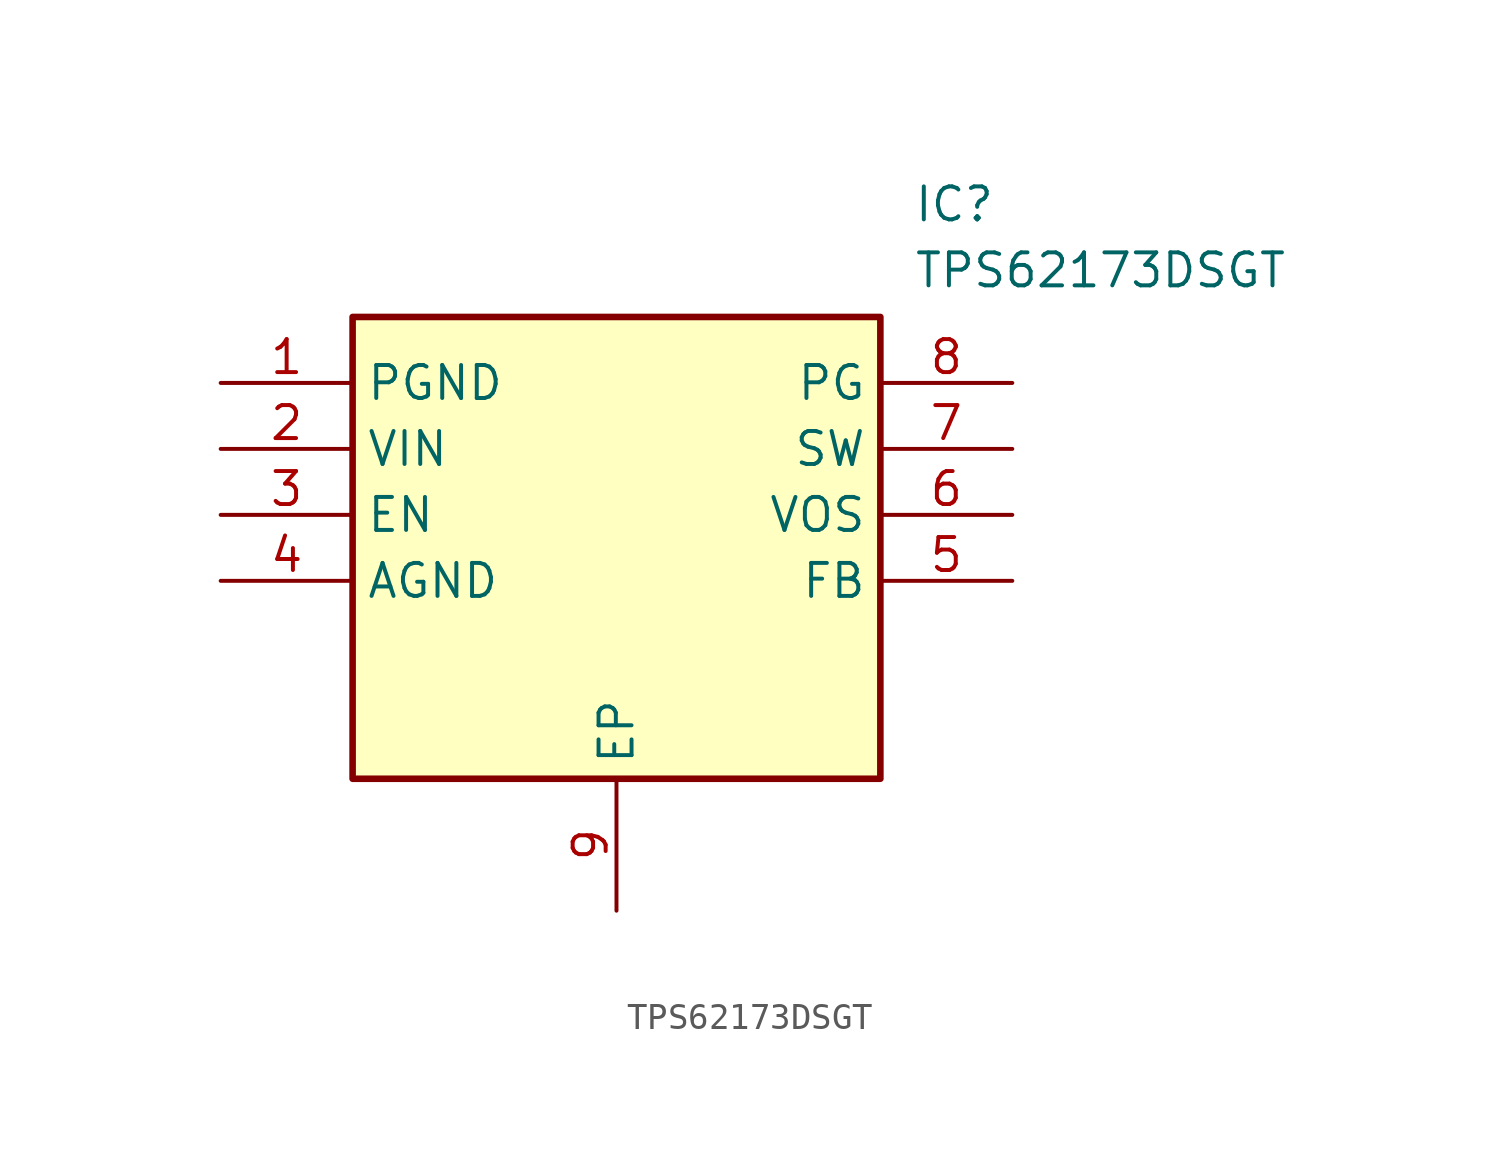
<source format=kicad_sym>
(kicad_symbol_lib
  (version 20211014)
  (generator SamacSys_ECAD_Model)
  (symbol "TPS62173DSGT"
    (property "Reference" "IC"
      (at 26.67 7.62 0)
      (effects (font (size 1.27 1.27)) (justify left top)))
    (property "Value" "TPS62173DSGT"
      (at 26.67 5.08 0)
      (effects (font (size 1.27 1.27)) (justify left top)))
    (rectangle
      (start 5.08 2.54)
      (end 25.4 -15.24)
      (stroke (width 0.254) (type default))
      (fill (type background)))
    (pin passive line
      (at 0 0 0)
      (length 5.08)
      (name "PGND" (effects (font (size 1.27 1.27))))
      (number "1" (effects (font (size 1.27 1.27)))))
    (pin passive line
      (at 0 -2.54 0)
      (length 5.08)
      (name "VIN" (effects (font (size 1.27 1.27))))
      (number "2" (effects (font (size 1.27 1.27)))))
    (pin passive line
      (at 0 -5.08 0)
      (length 5.08)
      (name "EN" (effects (font (size 1.27 1.27))))
      (number "3" (effects (font (size 1.27 1.27)))))
    (pin passive line
      (at 0 -7.62 0)
      (length 5.08)
      (name "AGND" (effects (font (size 1.27 1.27))))
      (number "4" (effects (font (size 1.27 1.27)))))
    (pin passive line
      (at 15.24 -20.32 90)
      (length 5.08)
      (name "EP" (effects (font (size 1.27 1.27))))
      (number "9" (effects (font (size 1.27 1.27)))))
    (pin passive line
      (at 30.48 0 180)
      (length 5.08)
      (name "PG" (effects (font (size 1.27 1.27))))
      (number "8" (effects (font (size 1.27 1.27)))))
    (pin passive line
      (at 30.48 -2.54 180)
      (length 5.08)
      (name "SW" (effects (font (size 1.27 1.27))))
      (number "7" (effects (font (size 1.27 1.27)))))
    (pin passive line
      (at 30.48 -5.08 180)
      (length 5.08)
      (name "VOS" (effects (font (size 1.27 1.27))))
      (number "6" (effects (font (size 1.27 1.27)))))
    (pin passive line
      (at 30.48 -7.62 180)
      (length 5.08)
      (name "FB" (effects (font (size 1.27 1.27))))
      (number "5" (effects (font (size 1.27 1.27)))))))
</source>
